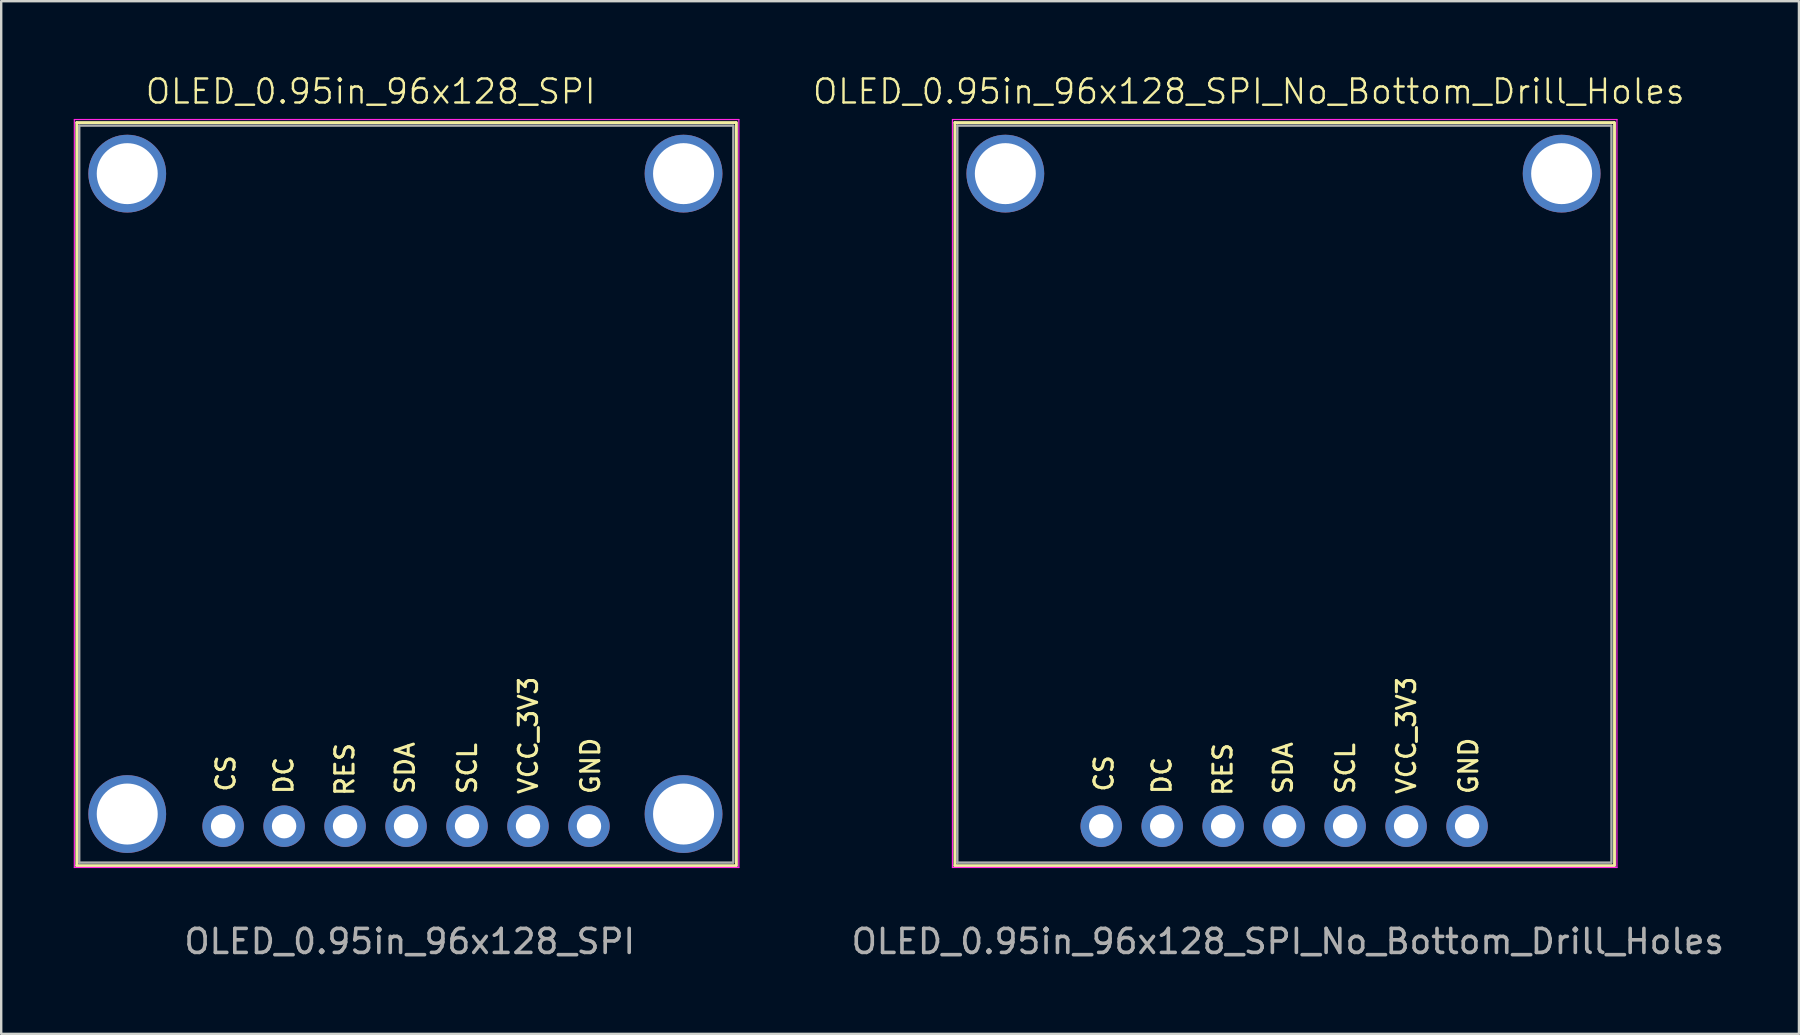
<source format=kicad_pcb>
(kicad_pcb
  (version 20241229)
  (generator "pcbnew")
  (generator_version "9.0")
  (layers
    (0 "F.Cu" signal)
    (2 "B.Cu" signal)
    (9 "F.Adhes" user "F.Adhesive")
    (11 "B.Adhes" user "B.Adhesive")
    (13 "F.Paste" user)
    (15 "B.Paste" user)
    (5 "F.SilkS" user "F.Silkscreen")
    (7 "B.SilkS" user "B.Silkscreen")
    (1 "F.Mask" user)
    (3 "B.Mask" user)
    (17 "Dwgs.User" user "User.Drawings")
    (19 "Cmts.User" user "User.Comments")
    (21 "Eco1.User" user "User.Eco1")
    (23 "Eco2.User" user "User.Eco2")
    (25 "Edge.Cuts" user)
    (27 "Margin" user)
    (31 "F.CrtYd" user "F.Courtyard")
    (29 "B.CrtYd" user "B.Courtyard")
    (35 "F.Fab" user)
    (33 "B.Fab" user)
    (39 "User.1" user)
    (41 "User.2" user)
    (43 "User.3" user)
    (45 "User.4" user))
  (footprint "OLED_0.95in_96x128_SPI"
    (layer "F.Cu")
    (at 0.25 2.183)
    (property "Reference" "OLED_0.95in_96x128_SPI" (at 12.141 -1.422 0) (unlocked yes) (layer "F.SilkS") (effects (font (size 1 1) (thickness 0.1))))
    (attr through_hole)
    (fp_line (start -0.102 -0.127) (end -0.102 30.827) (stroke (width 0.12) (type solid)) (layer "F.SilkS"))
    (fp_line (start 27.351 -0.127) (end -0.102 -0.127) (stroke (width 0.12) (type solid)) (layer "F.SilkS"))
    (fp_line (start 27.351 30.827) (end -0.102 30.827) (stroke (width 0.12) (type solid)) (layer "F.SilkS"))
    (fp_line (start 27.376 30.827) (end 27.376 -0.127) (stroke (width 0.12) (type solid)) (layer "F.SilkS"))
    (fp_line (start -0.203 -0.254) (end -0.203 30.903) (stroke (width 0.05) (type solid)) (layer "F.CrtYd"))
    (fp_line (start 27.478 -0.254) (end -0.203 -0.254) (stroke (width 0.05) (type solid)) (layer "F.CrtYd"))
    (fp_line (start 27.478 30.903) (end -0.203 30.903) (stroke (width 0.05) (type solid)) (layer "F.CrtYd"))
    (fp_line (start 27.478 30.903) (end 27.478 -0.254) (stroke (width 0.05) (type solid)) (layer "F.CrtYd"))
    (fp_line (start 0 30.7) (end 0 0) (stroke (width 0.1) (type solid)) (layer "F.Fab"))
    (fp_line (start 27.224 0) (end 0 0) (stroke (width 0.1) (type solid)) (layer "F.Fab"))
    (fp_line (start 27.224 30.7) (end 0 30.7) (stroke (width 0.1) (type solid)) (layer "F.Fab"))
    (fp_line (start 27.249 0) (end 27.249 30.7) (stroke (width 0.1) (type solid)) (layer "F.Fab"))
    (fp_text user "GND" (at 21.742 27.915 90) (unlocked yes) (layer "F.SilkS") (effects (font (size 0.762 0.762) (thickness 0.127) (bold yes)) (justify left bottom)))
    (fp_text user "CS" (at 6.553 27.813 90) (unlocked yes) (layer "F.SilkS") (effects (font (size 0.762 0.762) (thickness 0.127) (bold yes)) (justify left bottom)))
    (fp_text user "RES" (at 11.506 27.991 90) (unlocked yes) (layer "F.SilkS") (effects (font (size 0.762 0.762) (thickness 0.127) (bold yes)) (justify left bottom)))
    (fp_text user "SCL" (at 16.612 27.915 90) (unlocked yes) (layer "F.SilkS") (effects (font (size 0.762 0.762) (thickness 0.127) (bold yes)) (justify left bottom)))
    (fp_text user "VCC_3V3" (at 19.152 27.915 90) (unlocked yes) (layer "F.SilkS") (effects (font (size 0.762 0.762) (thickness 0.127) (bold yes)) (justify left bottom)))
    (fp_text user "SDA" (at 14.021 27.915 90) (unlocked yes) (layer "F.SilkS") (effects (font (size 0.762 0.762) (thickness 0.127) (bold yes)) (justify left bottom)))
    (fp_text user "DC" (at 8.966 27.915 90) (unlocked yes) (layer "F.SilkS") (effects (font (size 0.762 0.762) (thickness 0.127) (bold yes)) (justify left bottom)))
    (fp_text user "${REFERENCE}" (at 13.767 33.985 0) (unlocked yes) (layer "F.Fab") (effects (font (size 1 1) (thickness 0.15))))
    (pad "" np_thru_hole circle (at 2 2 270) (size 3.24 3.24) (drill 2.54) (layers "*.Cu" "*.Mask"))
    (pad "" np_thru_hole circle (at 2 28.677 270) (size 3.24 3.24) (drill 2.54) (layers "*.Cu" "*.Mask"))
    (pad "" np_thru_hole circle (at 25.174 2 270) (size 3.24 3.24) (drill 2.54) (layers "*.Cu" "*.Mask"))
    (pad "" np_thru_hole circle (at 25.174 28.677 270) (size 3.24 3.24) (drill 2.54) (layers "*.Cu" "*.Mask"))
    (pad "1" thru_hole oval (at 5.994 29.183) (size 1.727 1.727) (drill 1.016) (layers "*.Cu" "*.Mask"))
    (pad "2" thru_hole oval (at 8.534 29.183) (size 1.727 1.727) (drill 1.016) (layers "*.Cu" "*.Mask"))
    (pad "3" thru_hole oval (at 11.074 29.183) (size 1.727 1.727) (drill 1.016) (layers "*.Cu" "*.Mask"))
    (pad "4" thru_hole oval (at 13.614 29.183) (size 1.727 1.727) (drill 1.016) (layers "*.Cu" "*.Mask"))
    (pad "5" thru_hole oval (at 16.154 29.183) (size 1.727 1.727) (drill 1.016) (layers "*.Cu" "*.Mask"))
    (pad "6" thru_hole oval (at 18.694 29.183) (size 1.727 1.727) (drill 1.016) (layers "*.Cu" "*.Mask"))
    (pad "7" thru_hole oval (at 21.234 29.183) (size 1.727 1.727) (drill 1.016) (layers "*.Cu" "*.Mask")))
  (footprint "OLED_0.95in_96x128_SPI_No_Bottom_Drill_Holes"
    (layer "F.Cu")
    (at 36.828 2.183)
    (property "Reference" "OLED_0.95in_96x128_SPI_No_Bottom_Drill_Holes" (at 12.141 -1.422 0) (unlocked yes) (layer "F.SilkS") (effects (font (size 1 1) (thickness 0.1))))
    (attr through_hole)
    (fp_line (start -0.102 -0.127) (end -0.102 30.827) (stroke (width 0.12) (type solid)) (layer "F.SilkS"))
    (fp_line (start 27.351 -0.127) (end -0.102 -0.127) (stroke (width 0.12) (type solid)) (layer "F.SilkS"))
    (fp_line (start 27.351 30.827) (end -0.102 30.827) (stroke (width 0.12) (type solid)) (layer "F.SilkS"))
    (fp_line (start 27.376 30.827) (end 27.376 -0.127) (stroke (width 0.12) (type solid)) (layer "F.SilkS"))
    (fp_line (start -0.203 -0.254) (end -0.203 30.903) (stroke (width 0.05) (type solid)) (layer "F.CrtYd"))
    (fp_line (start 27.478 -0.254) (end -0.203 -0.254) (stroke (width 0.05) (type solid)) (layer "F.CrtYd"))
    (fp_line (start 27.478 30.903) (end -0.203 30.903) (stroke (width 0.05) (type solid)) (layer "F.CrtYd"))
    (fp_line (start 27.478 30.903) (end 27.478 -0.254) (stroke (width 0.05) (type solid)) (layer "F.CrtYd"))
    (fp_line (start 0 30.7) (end 0 0) (stroke (width 0.1) (type solid)) (layer "F.Fab"))
    (fp_line (start 27.224 0) (end 0 0) (stroke (width 0.1) (type solid)) (layer "F.Fab"))
    (fp_line (start 27.224 30.7) (end 0 30.7) (stroke (width 0.1) (type solid)) (layer "F.Fab"))
    (fp_line (start 27.249 0) (end 27.249 30.7) (stroke (width 0.1) (type solid)) (layer "F.Fab"))
    (fp_text user "VCC_3V3" (at 19.152 27.915 90) (unlocked yes) (layer "F.SilkS") (effects (font (size 0.762 0.762) (thickness 0.127) (bold yes)) (justify left bottom)))
    (fp_text user "GND" (at 21.742 27.915 90) (unlocked yes) (layer "F.SilkS") (effects (font (size 0.762 0.762) (thickness 0.127) (bold yes)) (justify left bottom)))
    (fp_text user "CS" (at 6.553 27.813 90) (unlocked yes) (layer "F.SilkS") (effects (font (size 0.762 0.762) (thickness 0.127) (bold yes)) (justify left bottom)))
    (fp_text user "SCL" (at 16.612 27.915 90) (unlocked yes) (layer "F.SilkS") (effects (font (size 0.762 0.762) (thickness 0.127) (bold yes)) (justify left bottom)))
    (fp_text user "SDA" (at 14.021 27.915 90) (unlocked yes) (layer "F.SilkS") (effects (font (size 0.762 0.762) (thickness 0.127) (bold yes)) (justify left bottom)))
    (fp_text user "DC" (at 8.966 27.915 90) (unlocked yes) (layer "F.SilkS") (effects (font (size 0.762 0.762) (thickness 0.127) (bold yes)) (justify left bottom)))
    (fp_text user "RES" (at 11.506 27.991 90) (unlocked yes) (layer "F.SilkS") (effects (font (size 0.762 0.762) (thickness 0.127) (bold yes)) (justify left bottom)))
    (fp_text user "${REFERENCE}" (at 13.767 33.985 0) (unlocked yes) (layer "F.Fab") (effects (font (size 1 1) (thickness 0.15))))
    (pad "" np_thru_hole circle (at 2 2 270) (size 3.24 3.24) (drill 2.54) (layers "*.Cu" "*.Mask"))
    (pad "" np_thru_hole circle (at 25.174 2 270) (size 3.24 3.24) (drill 2.54) (layers "*.Cu" "*.Mask"))
    (pad "1" thru_hole oval (at 5.994 29.183) (size 1.727 1.727) (drill 1.016) (layers "*.Cu" "*.Mask"))
    (pad "2" thru_hole oval (at 8.534 29.183) (size 1.727 1.727) (drill 1.016) (layers "*.Cu" "*.Mask"))
    (pad "3" thru_hole oval (at 11.074 29.183) (size 1.727 1.727) (drill 1.016) (layers "*.Cu" "*.Mask"))
    (pad "4" thru_hole oval (at 13.614 29.183) (size 1.727 1.727) (drill 1.016) (layers "*.Cu" "*.Mask"))
    (pad "5" thru_hole oval (at 16.154 29.183) (size 1.727 1.727) (drill 1.016) (layers "*.Cu" "*.Mask"))
    (pad "6" thru_hole oval (at 18.694 29.183) (size 1.727 1.727) (drill 1.016) (layers "*.Cu" "*.Mask"))
    (pad "7" thru_hole oval (at 21.234 29.183) (size 1.727 1.727) (drill 1.016) (layers "*.Cu" "*.Mask")))
  (gr_rect
    (start -3 -3)
    (end 71.887 40.016)
    (stroke (width 0.1) (type default))
    (fill no)
    (layer "Edge.Cuts")))
</source>
